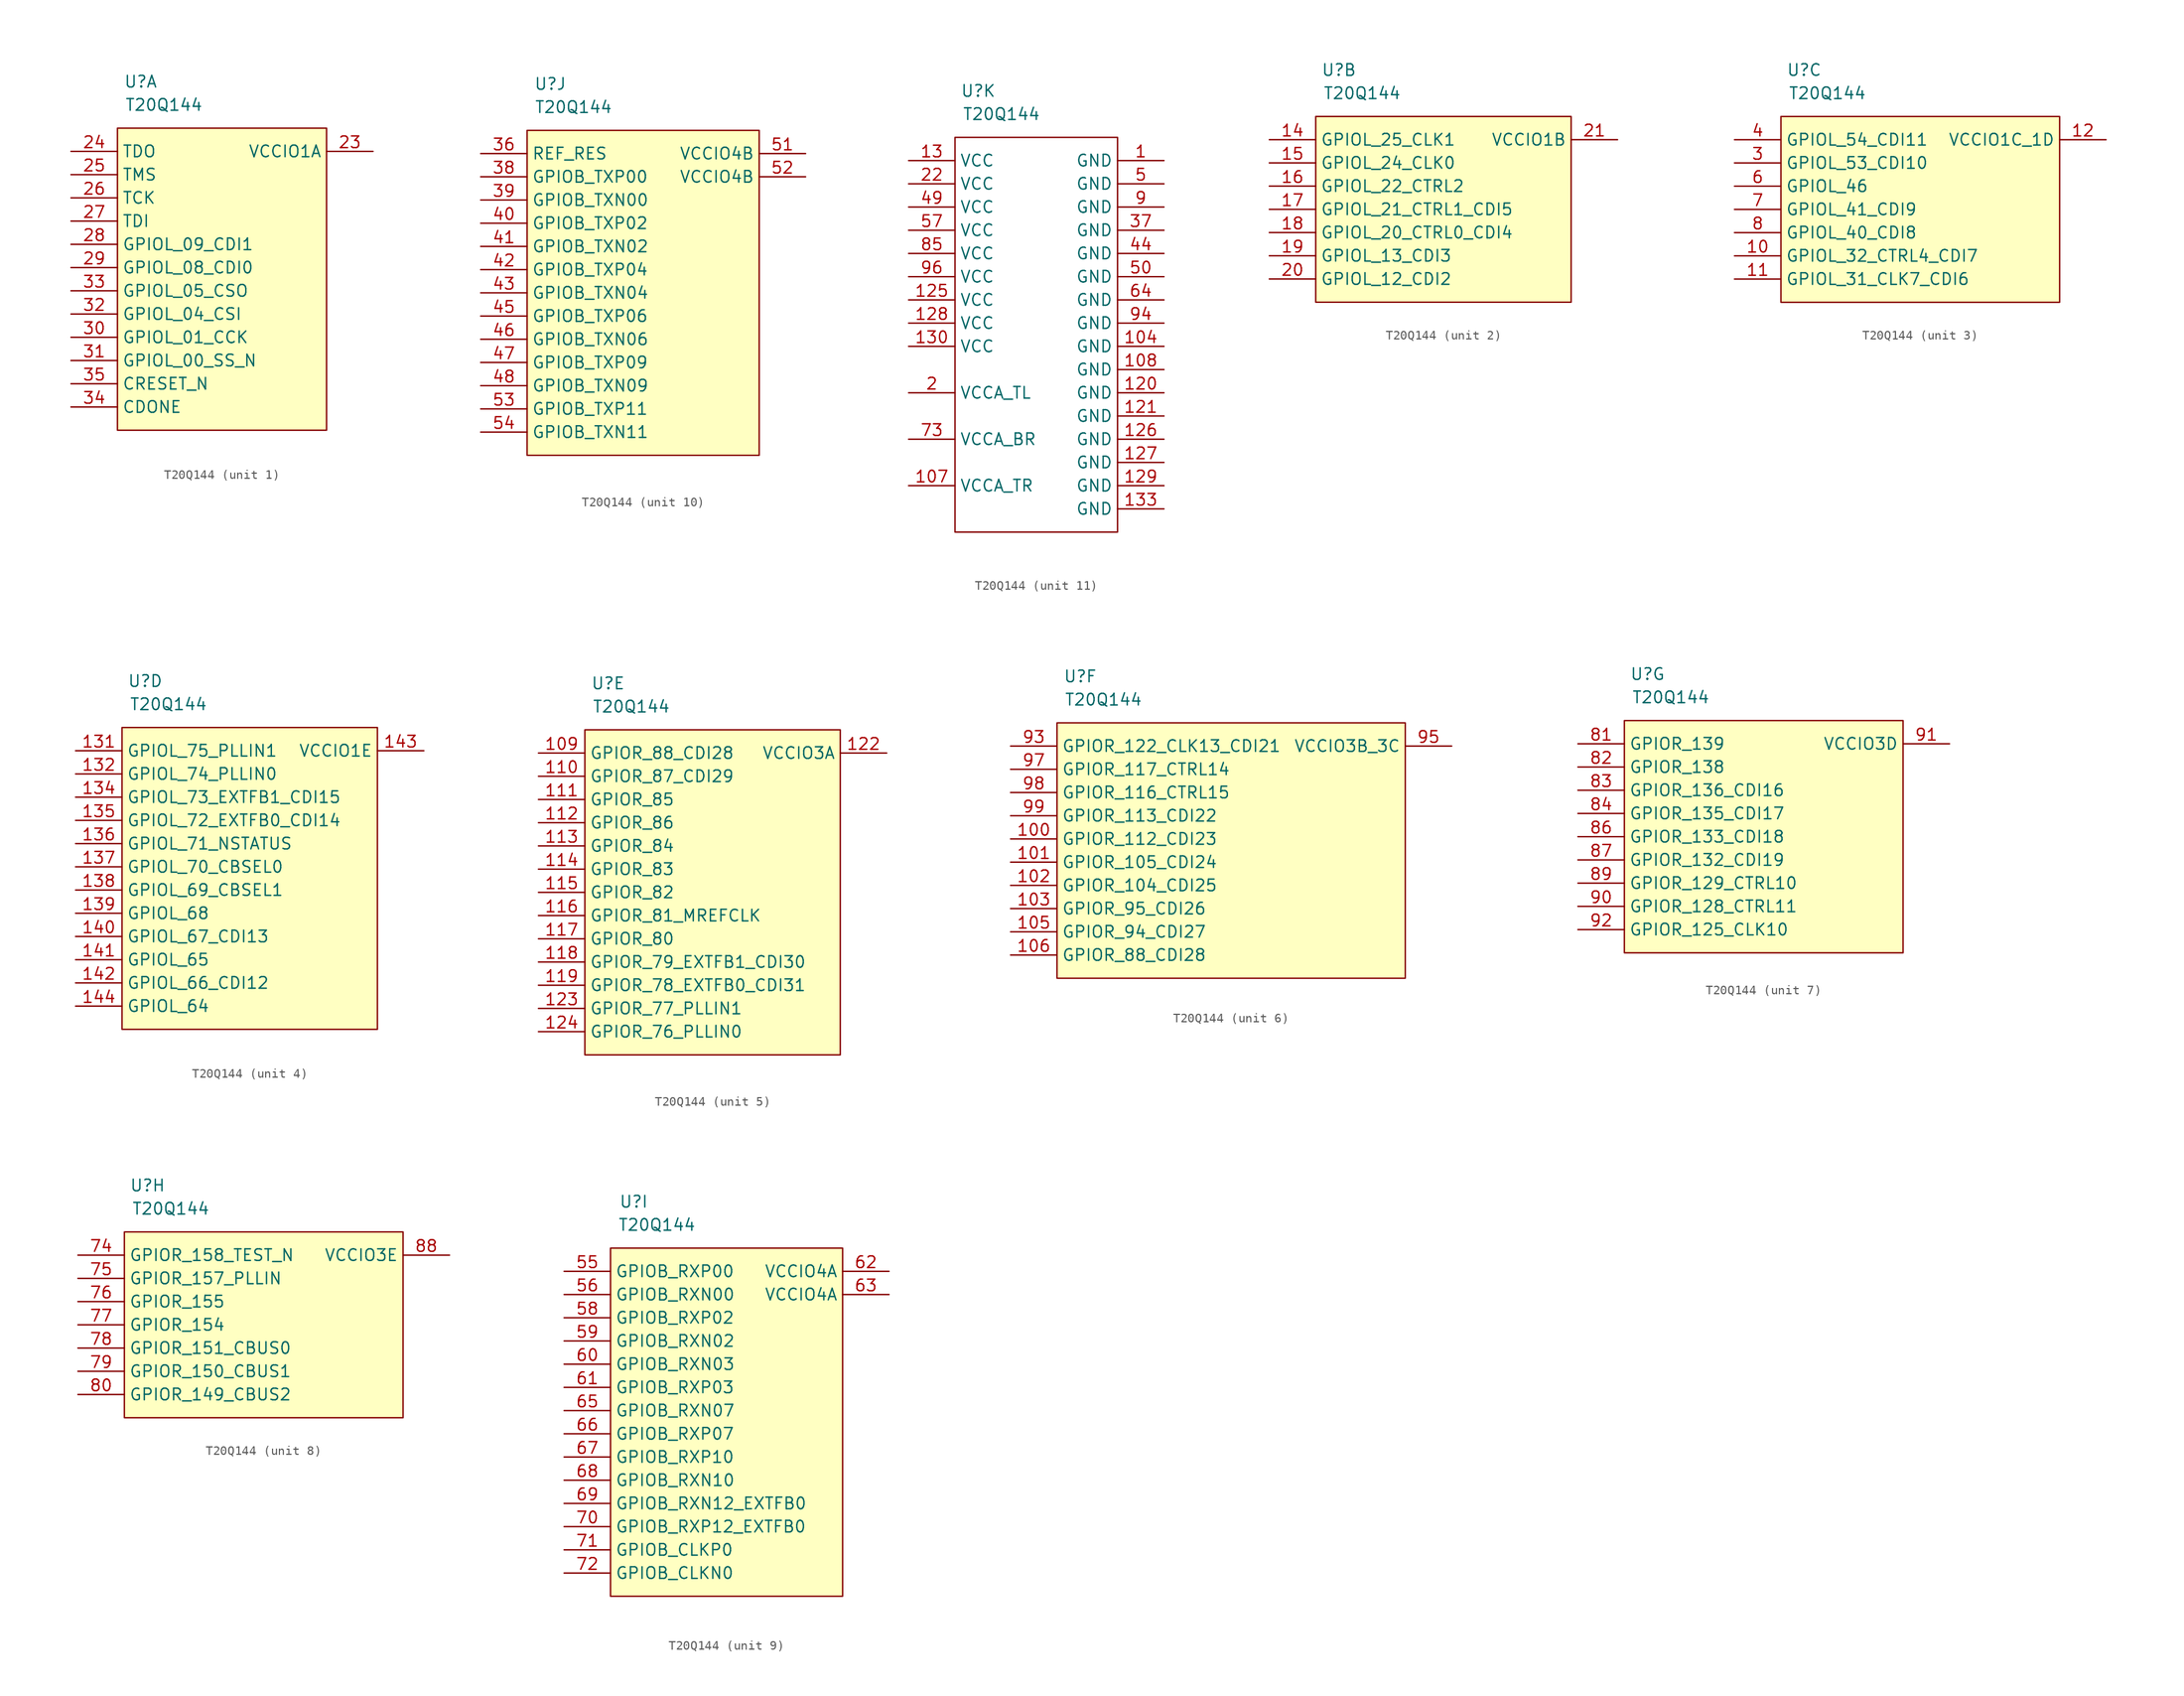
<source format=kicad_sym>
(kicad_symbol_lib
  (version 20211014)
  (generator kicad_symbol_editor)
  (symbol "T20Q144"
    (property "Reference" "U"
      (at 2.54 5.08 0)
      (effects (font (size 1.27 1.27))))
    (property "Value" "T20Q144"
      (at 5.08 2.54 0)
      (effects (font (size 1.27 1.27))))
    (property "ki_locked" ""
      (at 0 0 0)
      (effects (font (size 1.27 1.27))))
    (symbol "T20Q144_1_1"
      (rectangle (start 0 0) (end 22.86 -33.02) (stroke (width 0) (type default) (color 0 0 0 0)) (fill (type background)))
      (pin power_in line (at 27.94 -2.54 180) (length 5.08) (name "VCCIO1A" (effects (font (size 1.27 1.27)))) (number "23" (effects (font (size 1.27 1.27)))))
      (pin output line (at -5.08 -2.54 0) (length 5.08) (name "TDO" (effects (font (size 1.27 1.27)))) (number "24" (effects (font (size 1.27 1.27)))))
      (pin input line (at -5.08 -5.08 0) (length 5.08) (name "TMS" (effects (font (size 1.27 1.27)))) (number "25" (effects (font (size 1.27 1.27)))))
      (pin input line (at -5.08 -7.62 0) (length 5.08) (name "TCK" (effects (font (size 1.27 1.27)))) (number "26" (effects (font (size 1.27 1.27)))))
      (pin input line (at -5.08 -10.16 0) (length 5.08) (name "TDI" (effects (font (size 1.27 1.27)))) (number "27" (effects (font (size 1.27 1.27)))))
      (pin bidirectional line (at -5.08 -12.7 0) (length 5.08) (name "GPIOL_09_CDI1" (effects (font (size 1.27 1.27)))) (number "28" (effects (font (size 1.27 1.27)))))
      (pin bidirectional line (at -5.08 -15.24 0) (length 5.08) (name "GPIOL_08_CDI0" (effects (font (size 1.27 1.27)))) (number "29" (effects (font (size 1.27 1.27)))))
      (pin bidirectional line (at -5.08 -22.86 0) (length 5.08) (name "GPIOL_01_CCK" (effects (font (size 1.27 1.27)))) (number "30" (effects (font (size 1.27 1.27)))))
      (pin bidirectional line (at -5.08 -25.4 0) (length 5.08) (name "GPIOL_00_SS_N" (effects (font (size 1.27 1.27)))) (number "31" (effects (font (size 1.27 1.27)))))
      (pin bidirectional line (at -5.08 -20.32 0) (length 5.08) (name "GPIOL_04_CSI" (effects (font (size 1.27 1.27)))) (number "32" (effects (font (size 1.27 1.27)))))
      (pin bidirectional line (at -5.08 -17.78 0) (length 5.08) (name "GPIOL_05_CSO" (effects (font (size 1.27 1.27)))) (number "33" (effects (font (size 1.27 1.27)))))
      (pin output line (at -5.08 -30.48 0) (length 5.08) (name "CDONE" (effects (font (size 1.27 1.27)))) (number "34" (effects (font (size 1.27 1.27)))))
      (pin bidirectional line (at -5.08 -27.94 0) (length 5.08) (name "CRESET_N" (effects (font (size 1.27 1.27)))) (number "35" (effects (font (size 1.27 1.27))))))
    (symbol "T20Q144_2_1"
      (rectangle (start 0 0) (end 27.94 -20.32) (stroke (width 0) (type default) (color 0 0 0 0)) (fill (type background)))
      (pin bidirectional line (at -5.08 -2.54 0) (length 5.08) (name "GPIOL_25_CLK1" (effects (font (size 1.27 1.27)))) (number "14" (effects (font (size 1.27 1.27)))))
      (pin bidirectional line (at -5.08 -5.08 0) (length 5.08) (name "GPIOL_24_CLK0" (effects (font (size 1.27 1.27)))) (number "15" (effects (font (size 1.27 1.27)))))
      (pin bidirectional line (at -5.08 -7.62 0) (length 5.08) (name "GPIOL_22_CTRL2" (effects (font (size 1.27 1.27)))) (number "16" (effects (font (size 1.27 1.27)))))
      (pin bidirectional line (at -5.08 -10.16 0) (length 5.08) (name "GPIOL_21_CTRL1_CDI5" (effects (font (size 1.27 1.27)))) (number "17" (effects (font (size 1.27 1.27)))))
      (pin bidirectional line (at -5.08 -12.7 0) (length 5.08) (name "GPIOL_20_CTRL0_CDI4" (effects (font (size 1.27 1.27)))) (number "18" (effects (font (size 1.27 1.27)))))
      (pin bidirectional line (at -5.08 -15.24 0) (length 5.08) (name "GPIOL_13_CDI3" (effects (font (size 1.27 1.27)))) (number "19" (effects (font (size 1.27 1.27)))))
      (pin input line (at -5.08 -17.78 0) (length 5.08) (name "GPIOL_12_CDI2" (effects (font (size 1.27 1.27)))) (number "20" (effects (font (size 1.27 1.27)))))
      (pin power_in line (at 33.02 -2.54 180) (length 5.08) (name "VCCIO1B" (effects (font (size 1.27 1.27)))) (number "21" (effects (font (size 1.27 1.27))))))
    (symbol "T20Q144_3_1"
      (rectangle (start 0 0) (end 30.48 -20.32) (stroke (width 0) (type default) (color 0 0 0 0)) (fill (type background)))
      (pin bidirectional line (at -5.08 -15.24 0) (length 5.08) (name "GPIOL_32_CTRL4_CDI7" (effects (font (size 1.27 1.27)))) (number "10" (effects (font (size 1.27 1.27)))))
      (pin bidirectional line (at -5.08 -17.78 0) (length 5.08) (name "GPIOL_31_CLK7_CDI6" (effects (font (size 1.27 1.27)))) (number "11" (effects (font (size 1.27 1.27)))))
      (pin power_in line (at 35.56 -2.54 180) (length 5.08) (name "VCCIO1C_1D" (effects (font (size 1.27 1.27)))) (number "12" (effects (font (size 1.27 1.27)))))
      (pin bidirectional line (at -5.08 -5.08 0) (length 5.08) (name "GPIOL_53_CDI10" (effects (font (size 1.27 1.27)))) (number "3" (effects (font (size 1.27 1.27)))))
      (pin bidirectional line (at -5.08 -2.54 0) (length 5.08) (name "GPIOL_54_CDI11" (effects (font (size 1.27 1.27)))) (number "4" (effects (font (size 1.27 1.27)))))
      (pin bidirectional line (at -5.08 -7.62 0) (length 5.08) (name "GPIOL_46" (effects (font (size 1.27 1.27)))) (number "6" (effects (font (size 1.27 1.27)))))
      (pin bidirectional line (at -5.08 -10.16 0) (length 5.08) (name "GPIOL_41_CDI9" (effects (font (size 1.27 1.27)))) (number "7" (effects (font (size 1.27 1.27)))))
      (pin bidirectional line (at -5.08 -12.7 0) (length 5.08) (name "GPIOL_40_CDI8" (effects (font (size 1.27 1.27)))) (number "8" (effects (font (size 1.27 1.27))))))
    (symbol "T20Q144_4_1"
      (rectangle (start 0 0) (end 27.94 -33.02) (stroke (width 0) (type default) (color 0 0 0 0)) (fill (type background)))
      (rectangle (start 27.94 -2.54) (end 27.94 -2.54) (stroke (width 0) (type default) (color 0 0 0 0)) (fill (type none)))
      (pin bidirectional line (at -5.08 -2.54 0) (length 5.08) (name "GPIOL_75_PLLIN1" (effects (font (size 1.27 1.27)))) (number "131" (effects (font (size 1.27 1.27)))))
      (pin bidirectional line (at -5.08 -5.08 0) (length 5.08) (name "GPIOL_74_PLLIN0" (effects (font (size 1.27 1.27)))) (number "132" (effects (font (size 1.27 1.27)))))
      (pin bidirectional line (at -5.08 -7.62 0) (length 5.08) (name "GPIOL_73_EXTFB1_CDI15" (effects (font (size 1.27 1.27)))) (number "134" (effects (font (size 1.27 1.27)))))
      (pin bidirectional line (at -5.08 -10.16 0) (length 5.08) (name "GPIOL_72_EXTFB0_CDI14" (effects (font (size 1.27 1.27)))) (number "135" (effects (font (size 1.27 1.27)))))
      (pin bidirectional line (at -5.08 -12.7 0) (length 5.08) (name "GPIOL_71_NSTATUS" (effects (font (size 1.27 1.27)))) (number "136" (effects (font (size 1.27 1.27)))))
      (pin bidirectional line (at -5.08 -15.24 0) (length 5.08) (name "GPIOL_70_CBSEL0" (effects (font (size 1.27 1.27)))) (number "137" (effects (font (size 1.27 1.27)))))
      (pin bidirectional line (at -5.08 -17.78 0) (length 5.08) (name "GPIOL_69_CBSEL1" (effects (font (size 1.27 1.27)))) (number "138" (effects (font (size 1.27 1.27)))))
      (pin bidirectional line (at -5.08 -20.32 0) (length 5.08) (name "GPIOL_68" (effects (font (size 1.27 1.27)))) (number "139" (effects (font (size 1.27 1.27)))))
      (pin bidirectional line (at -5.08 -22.86 0) (length 5.08) (name "GPIOL_67_CDI13" (effects (font (size 1.27 1.27)))) (number "140" (effects (font (size 1.27 1.27)))))
      (pin bidirectional line (at -5.08 -25.4 0) (length 5.08) (name "GPIOL_65" (effects (font (size 1.27 1.27)))) (number "141" (effects (font (size 1.27 1.27)))))
      (pin bidirectional line (at -5.08 -27.94 0) (length 5.08) (name "GPIOL_66_CDI12" (effects (font (size 1.27 1.27)))) (number "142" (effects (font (size 1.27 1.27)))))
      (pin power_in line (at 33.02 -2.54 180) (length 5.08) (name "VCCIO1E" (effects (font (size 1.27 1.27)))) (number "143" (effects (font (size 1.27 1.27)))))
      (pin power_in line (at -5.08 -30.48 0) (length 5.08) (name "GPIOL_64" (effects (font (size 1.27 1.27)))) (number "144" (effects (font (size 1.27 1.27))))))
    (symbol "T20Q144_5_1"
      (rectangle (start 0 0) (end 27.94 -35.56) (stroke (width 0) (type default) (color 0 0 0 0)) (fill (type background)))
      (pin bidirectional line (at -5.08 -2.54 0) (length 5.08) (name "GPIOR_88_CDI28" (effects (font (size 1.27 1.27)))) (number "109" (effects (font (size 1.27 1.27)))))
      (pin bidirectional line (at -5.08 -5.08 0) (length 5.08) (name "GPIOR_87_CDI29" (effects (font (size 1.27 1.27)))) (number "110" (effects (font (size 1.27 1.27)))))
      (pin bidirectional line (at -5.08 -7.62 0) (length 5.08) (name "GPIOR_85" (effects (font (size 1.27 1.27)))) (number "111" (effects (font (size 1.27 1.27)))))
      (pin bidirectional line (at -5.08 -10.16 0) (length 5.08) (name "GPIOR_86" (effects (font (size 1.27 1.27)))) (number "112" (effects (font (size 1.27 1.27)))))
      (pin bidirectional line (at -5.08 -12.7 0) (length 5.08) (name "GPIOR_84" (effects (font (size 1.27 1.27)))) (number "113" (effects (font (size 1.27 1.27)))))
      (pin bidirectional line (at -5.08 -15.24 0) (length 5.08) (name "GPIOR_83" (effects (font (size 1.27 1.27)))) (number "114" (effects (font (size 1.27 1.27)))))
      (pin bidirectional line (at -5.08 -17.78 0) (length 5.08) (name "GPIOR_82" (effects (font (size 1.27 1.27)))) (number "115" (effects (font (size 1.27 1.27)))))
      (pin bidirectional line (at -5.08 -20.32 0) (length 5.08) (name "GPIOR_81_MREFCLK" (effects (font (size 1.27 1.27)))) (number "116" (effects (font (size 1.27 1.27)))))
      (pin bidirectional line (at -5.08 -22.86 0) (length 5.08) (name "GPIOR_80" (effects (font (size 1.27 1.27)))) (number "117" (effects (font (size 1.27 1.27)))))
      (pin bidirectional line (at -5.08 -25.4 0) (length 5.08) (name "GPIOR_79_EXTFB1_CDI30" (effects (font (size 1.27 1.27)))) (number "118" (effects (font (size 1.27 1.27)))))
      (pin bidirectional line (at -5.08 -27.94 0) (length 5.08) (name "GPIOR_78_EXTFB0_CDI31" (effects (font (size 1.27 1.27)))) (number "119" (effects (font (size 1.27 1.27)))))
      (pin power_in line (at 33.02 -2.54 180) (length 5.08) (name "VCCIO3A" (effects (font (size 1.27 1.27)))) (number "122" (effects (font (size 1.27 1.27)))))
      (pin bidirectional line (at -5.08 -30.48 0) (length 5.08) (name "GPIOR_77_PLLIN1" (effects (font (size 1.27 1.27)))) (number "123" (effects (font (size 1.27 1.27)))))
      (pin bidirectional line (at -5.08 -33.02 0) (length 5.08) (name "GPIOR_76_PLLIN0" (effects (font (size 1.27 1.27)))) (number "124" (effects (font (size 1.27 1.27))))))
    (symbol "T20Q144_6_1"
      (rectangle (start 0 0) (end 38.1 -27.94) (stroke (width 0) (type default) (color 0 0 0 0)) (fill (type background)))
      (pin bidirectional line (at -5.08 -12.7 0) (length 5.08) (name "GPIOR_112_CDI23" (effects (font (size 1.27 1.27)))) (number "100" (effects (font (size 1.27 1.27)))))
      (pin bidirectional line (at -5.08 -15.24 0) (length 5.08) (name "GPIOR_105_CDI24" (effects (font (size 1.27 1.27)))) (number "101" (effects (font (size 1.27 1.27)))))
      (pin bidirectional line (at -5.08 -17.78 0) (length 5.08) (name "GPIOR_104_CDI25" (effects (font (size 1.27 1.27)))) (number "102" (effects (font (size 1.27 1.27)))))
      (pin bidirectional line (at -5.08 -20.32 0) (length 5.08) (name "GPIOR_95_CDI26" (effects (font (size 1.27 1.27)))) (number "103" (effects (font (size 1.27 1.27)))))
      (pin bidirectional line (at -5.08 -22.86 0) (length 5.08) (name "GPIOR_94_CDI27" (effects (font (size 1.27 1.27)))) (number "105" (effects (font (size 1.27 1.27)))))
      (pin bidirectional line (at -5.08 -25.4 0) (length 5.08) (name "GPIOR_88_CDI28" (effects (font (size 1.27 1.27)))) (number "106" (effects (font (size 1.27 1.27)))))
      (pin bidirectional line (at -5.08 -2.54 0) (length 5.08) (name "GPIOR_122_CLK13_CDI21" (effects (font (size 1.27 1.27)))) (number "93" (effects (font (size 1.27 1.27)))))
      (pin power_in line (at 43.18 -2.54 180) (length 5.08) (name "VCCIO3B_3C" (effects (font (size 1.27 1.27)))) (number "95" (effects (font (size 1.27 1.27)))))
      (pin bidirectional line (at -5.08 -5.08 0) (length 5.08) (name "GPIOR_117_CTRL14" (effects (font (size 1.27 1.27)))) (number "97" (effects (font (size 1.27 1.27)))))
      (pin bidirectional line (at -5.08 -7.62 0) (length 5.08) (name "GPIOR_116_CTRL15" (effects (font (size 1.27 1.27)))) (number "98" (effects (font (size 1.27 1.27)))))
      (pin bidirectional line (at -5.08 -10.16 0) (length 5.08) (name "GPIOR_113_CDI22" (effects (font (size 1.27 1.27)))) (number "99" (effects (font (size 1.27 1.27))))))
    (symbol "T20Q144_7_1"
      (rectangle (start 0 0) (end 30.48 -25.4) (stroke (width 0) (type default) (color 0 0 0 0)) (fill (type background)))
      (pin bidirectional line (at -5.08 -2.54 0) (length 5.08) (name "GPIOR_139" (effects (font (size 1.27 1.27)))) (number "81" (effects (font (size 1.27 1.27)))))
      (pin bidirectional line (at -5.08 -5.08 0) (length 5.08) (name "GPIOR_138" (effects (font (size 1.27 1.27)))) (number "82" (effects (font (size 1.27 1.27)))))
      (pin bidirectional line (at -5.08 -7.62 0) (length 5.08) (name "GPIOR_136_CDI16" (effects (font (size 1.27 1.27)))) (number "83" (effects (font (size 1.27 1.27)))))
      (pin bidirectional line (at -5.08 -10.16 0) (length 5.08) (name "GPIOR_135_CDI17" (effects (font (size 1.27 1.27)))) (number "84" (effects (font (size 1.27 1.27)))))
      (pin bidirectional line (at -5.08 -12.7 0) (length 5.08) (name "GPIOR_133_CDI18" (effects (font (size 1.27 1.27)))) (number "86" (effects (font (size 1.27 1.27)))))
      (pin bidirectional line (at -5.08 -15.24 0) (length 5.08) (name "GPIOR_132_CDI19" (effects (font (size 1.27 1.27)))) (number "87" (effects (font (size 1.27 1.27)))))
      (pin bidirectional line (at -5.08 -17.78 0) (length 5.08) (name "GPIOR_129_CTRL10" (effects (font (size 1.27 1.27)))) (number "89" (effects (font (size 1.27 1.27)))))
      (pin bidirectional line (at -5.08 -20.32 0) (length 5.08) (name "GPIOR_128_CTRL11" (effects (font (size 1.27 1.27)))) (number "90" (effects (font (size 1.27 1.27)))))
      (pin power_in line (at 35.56 -2.54 180) (length 5.08) (name "VCCIO3D" (effects (font (size 1.27 1.27)))) (number "91" (effects (font (size 1.27 1.27)))))
      (pin bidirectional line (at -5.08 -22.86 0) (length 5.08) (name "GPIOR_125_CLK10" (effects (font (size 1.27 1.27)))) (number "92" (effects (font (size 1.27 1.27))))))
    (symbol "T20Q144_8_1"
      (rectangle (start 0 0) (end 30.48 -20.32) (stroke (width 0) (type default) (color 0 0 0 0)) (fill (type background)))
      (pin bidirectional line (at -5.08 -2.54 0) (length 5.08) (name "GPIOR_158_TEST_N" (effects (font (size 1.27 1.27)))) (number "74" (effects (font (size 1.27 1.27)))))
      (pin bidirectional line (at -5.08 -5.08 0) (length 5.08) (name "GPIOR_157_PLLIN" (effects (font (size 1.27 1.27)))) (number "75" (effects (font (size 1.27 1.27)))))
      (pin bidirectional line (at -5.08 -7.62 0) (length 5.08) (name "GPIOR_155" (effects (font (size 1.27 1.27)))) (number "76" (effects (font (size 1.27 1.27)))))
      (pin bidirectional line (at -5.08 -10.16 0) (length 5.08) (name "GPIOR_154" (effects (font (size 1.27 1.27)))) (number "77" (effects (font (size 1.27 1.27)))))
      (pin bidirectional line (at -5.08 -12.7 0) (length 5.08) (name "GPIOR_151_CBUS0" (effects (font (size 1.27 1.27)))) (number "78" (effects (font (size 1.27 1.27)))))
      (pin bidirectional line (at -5.08 -15.24 0) (length 5.08) (name "GPIOR_150_CBUS1" (effects (font (size 1.27 1.27)))) (number "79" (effects (font (size 1.27 1.27)))))
      (pin bidirectional line (at -5.08 -17.78 0) (length 5.08) (name "GPIOR_149_CBUS2" (effects (font (size 1.27 1.27)))) (number "80" (effects (font (size 1.27 1.27)))))
      (pin power_in line (at 35.56 -2.54 180) (length 5.08) (name "VCCIO3E" (effects (font (size 1.27 1.27)))) (number "88" (effects (font (size 1.27 1.27))))))
    (symbol "T20Q144_9_1"
      (rectangle (start 0 0) (end 25.4 -38.1) (stroke (width 0) (type default) (color 0 0 0 0)) (fill (type background)))
      (pin bidirectional line (at -5.08 -2.54 0) (length 5.08) (name "GPIOB_RXP00" (effects (font (size 1.27 1.27)))) (number "55" (effects (font (size 1.27 1.27)))))
      (pin bidirectional line (at -5.08 -5.08 0) (length 5.08) (name "GPIOB_RXN00" (effects (font (size 1.27 1.27)))) (number "56" (effects (font (size 1.27 1.27)))))
      (pin bidirectional line (at -5.08 -7.62 0) (length 5.08) (name "GPIOB_RXP02" (effects (font (size 1.27 1.27)))) (number "58" (effects (font (size 1.27 1.27)))))
      (pin bidirectional line (at -5.08 -10.16 0) (length 5.08) (name "GPIOB_RXN02" (effects (font (size 1.27 1.27)))) (number "59" (effects (font (size 1.27 1.27)))))
      (pin bidirectional line (at -5.08 -12.7 0) (length 5.08) (name "GPIOB_RXN03" (effects (font (size 1.27 1.27)))) (number "60" (effects (font (size 1.27 1.27)))))
      (pin bidirectional line (at -5.08 -15.24 0) (length 5.08) (name "GPIOB_RXP03" (effects (font (size 1.27 1.27)))) (number "61" (effects (font (size 1.27 1.27)))))
      (pin power_in line (at 30.48 -2.54 180) (length 5.08) (name "VCCIO4A" (effects (font (size 1.27 1.27)))) (number "62" (effects (font (size 1.27 1.27)))))
      (pin power_in line (at 30.48 -5.08 180) (length 5.08) (name "VCCIO4A" (effects (font (size 1.27 1.27)))) (number "63" (effects (font (size 1.27 1.27)))))
      (pin bidirectional line (at -5.08 -17.78 0) (length 5.08) (name "GPIOB_RXN07" (effects (font (size 1.27 1.27)))) (number "65" (effects (font (size 1.27 1.27)))))
      (pin bidirectional line (at -5.08 -20.32 0) (length 5.08) (name "GPIOB_RXP07" (effects (font (size 1.27 1.27)))) (number "66" (effects (font (size 1.27 1.27)))))
      (pin bidirectional line (at -5.08 -22.86 0) (length 5.08) (name "GPIOB_RXP10" (effects (font (size 1.27 1.27)))) (number "67" (effects (font (size 1.27 1.27)))))
      (pin bidirectional line (at -5.08 -25.4 0) (length 5.08) (name "GPIOB_RXN10" (effects (font (size 1.27 1.27)))) (number "68" (effects (font (size 1.27 1.27)))))
      (pin bidirectional line (at -5.08 -27.94 0) (length 5.08) (name "GPIOB_RXN12_EXTFB0" (effects (font (size 1.27 1.27)))) (number "69" (effects (font (size 1.27 1.27)))))
      (pin bidirectional line (at -5.08 -30.48 0) (length 5.08) (name "GPIOB_RXP12_EXTFB0" (effects (font (size 1.27 1.27)))) (number "70" (effects (font (size 1.27 1.27)))))
      (pin bidirectional line (at -5.08 -33.02 0) (length 5.08) (name "GPIOB_CLKP0" (effects (font (size 1.27 1.27)))) (number "71" (effects (font (size 1.27 1.27)))))
      (pin bidirectional line (at -5.08 -35.56 0) (length 5.08) (name "GPIOB_CLKN0" (effects (font (size 1.27 1.27)))) (number "72" (effects (font (size 1.27 1.27))))))
    (symbol "T20Q144_10_1"
      (rectangle (start 0 0) (end 25.4 -35.56) (stroke (width 0) (type default) (color 0 0 0 0)) (fill (type background)))
      (pin passive line (at -5.08 -2.54 0) (length 5.08) (name "REF_RES" (effects (font (size 1.27 1.27)))) (number "36" (effects (font (size 1.27 1.27)))))
      (pin bidirectional line (at -5.08 -5.08 0) (length 5.08) (name "GPIOB_TXP00" (effects (font (size 1.27 1.27)))) (number "38" (effects (font (size 1.27 1.27)))))
      (pin bidirectional line (at -5.08 -7.62 0) (length 5.08) (name "GPIOB_TXN00" (effects (font (size 1.27 1.27)))) (number "39" (effects (font (size 1.27 1.27)))))
      (pin bidirectional line (at -5.08 -10.16 0) (length 5.08) (name "GPIOB_TXP02" (effects (font (size 1.27 1.27)))) (number "40" (effects (font (size 1.27 1.27)))))
      (pin bidirectional line (at -5.08 -12.7 0) (length 5.08) (name "GPIOB_TXN02" (effects (font (size 1.27 1.27)))) (number "41" (effects (font (size 1.27 1.27)))))
      (pin bidirectional line (at -5.08 -15.24 0) (length 5.08) (name "GPIOB_TXP04" (effects (font (size 1.27 1.27)))) (number "42" (effects (font (size 1.27 1.27)))))
      (pin bidirectional line (at -5.08 -17.78 0) (length 5.08) (name "GPIOB_TXN04" (effects (font (size 1.27 1.27)))) (number "43" (effects (font (size 1.27 1.27)))))
      (pin bidirectional line (at -5.08 -20.32 0) (length 5.08) (name "GPIOB_TXP06" (effects (font (size 1.27 1.27)))) (number "45" (effects (font (size 1.27 1.27)))))
      (pin bidirectional line (at -5.08 -22.86 0) (length 5.08) (name "GPIOB_TXN06" (effects (font (size 1.27 1.27)))) (number "46" (effects (font (size 1.27 1.27)))))
      (pin bidirectional line (at -5.08 -25.4 0) (length 5.08) (name "GPIOB_TXP09" (effects (font (size 1.27 1.27)))) (number "47" (effects (font (size 1.27 1.27)))))
      (pin bidirectional line (at -5.08 -27.94 0) (length 5.08) (name "GPIOB_TXN09" (effects (font (size 1.27 1.27)))) (number "48" (effects (font (size 1.27 1.27)))))
      (pin power_in line (at 30.48 -2.54 180) (length 5.08) (name "VCCIO4B" (effects (font (size 1.27 1.27)))) (number "51" (effects (font (size 1.27 1.27)))))
      (pin power_in line (at 30.48 -5.08 180) (length 5.08) (name "VCCIO4B" (effects (font (size 1.27 1.27)))) (number "52" (effects (font (size 1.27 1.27)))))
      (pin bidirectional line (at -5.08 -30.48 0) (length 5.08) (name "GPIOB_TXP11" (effects (font (size 1.27 1.27)))) (number "53" (effects (font (size 1.27 1.27)))))
      (pin bidirectional line (at -5.08 -33.02 0) (length 5.08) (name "GPIOB_TXN11" (effects (font (size 1.27 1.27)))) (number "54" (effects (font (size 1.27 1.27))))))
    (symbol "T20Q144_11_1"
      (rectangle (start 0 0) (end 17.78 -43.18) (stroke (width 0) (type default) (color 0 0 0 0)) (fill (type none)))
      (pin power_in line (at 22.86 -2.54 180) (length 5.08) (name "GND" (effects (font (size 1.27 1.27)))) (number "1" (effects (font (size 1.27 1.27)))))
      (pin power_in line (at 22.86 -22.86 180) (length 5.08) (name "GND" (effects (font (size 1.27 1.27)))) (number "104" (effects (font (size 1.27 1.27)))))
      (pin power_in line (at -5.08 -38.1 0) (length 5.08) (name "VCCA_TR" (effects (font (size 1.27 1.27)))) (number "107" (effects (font (size 1.27 1.27)))))
      (pin power_in line (at 22.86 -25.4 180) (length 5.08) (name "GND" (effects (font (size 1.27 1.27)))) (number "108" (effects (font (size 1.27 1.27)))))
      (pin power_in line (at 22.86 -27.94 180) (length 5.08) (name "GND" (effects (font (size 1.27 1.27)))) (number "120" (effects (font (size 1.27 1.27)))))
      (pin power_in line (at 22.86 -30.48 180) (length 5.08) (name "GND" (effects (font (size 1.27 1.27)))) (number "121" (effects (font (size 1.27 1.27)))))
      (pin power_in line (at -5.08 -17.78 0) (length 5.08) (name "VCC" (effects (font (size 1.27 1.27)))) (number "125" (effects (font (size 1.27 1.27)))))
      (pin power_in line (at 22.86 -33.02 180) (length 5.08) (name "GND" (effects (font (size 1.27 1.27)))) (number "126" (effects (font (size 1.27 1.27)))))
      (pin power_in line (at 22.86 -35.56 180) (length 5.08) (name "GND" (effects (font (size 1.27 1.27)))) (number "127" (effects (font (size 1.27 1.27)))))
      (pin power_in line (at -5.08 -20.32 0) (length 5.08) (name "VCC" (effects (font (size 1.27 1.27)))) (number "128" (effects (font (size 1.27 1.27)))))
      (pin power_in line (at 22.86 -38.1 180) (length 5.08) (name "GND" (effects (font (size 1.27 1.27)))) (number "129" (effects (font (size 1.27 1.27)))))
      (pin power_in line (at -5.08 -2.54 0) (length 5.08) (name "VCC" (effects (font (size 1.27 1.27)))) (number "13" (effects (font (size 1.27 1.27)))))
      (pin power_in line (at -5.08 -22.86 0) (length 5.08) (name "VCC" (effects (font (size 1.27 1.27)))) (number "130" (effects (font (size 1.27 1.27)))))
      (pin power_in line (at 22.86 -40.64 180) (length 5.08) (name "GND" (effects (font (size 1.27 1.27)))) (number "133" (effects (font (size 1.27 1.27)))))
      (pin power_in line (at -5.08 -27.94 0) (length 5.08) (name "VCCA_TL" (effects (font (size 1.27 1.27)))) (number "2" (effects (font (size 1.27 1.27)))))
      (pin power_in line (at -5.08 -5.08 0) (length 5.08) (name "VCC" (effects (font (size 1.27 1.27)))) (number "22" (effects (font (size 1.27 1.27)))))
      (pin power_in line (at 22.86 -10.16 180) (length 5.08) (name "GND" (effects (font (size 1.27 1.27)))) (number "37" (effects (font (size 1.27 1.27)))))
      (pin power_in line (at 22.86 -12.7 180) (length 5.08) (name "GND" (effects (font (size 1.27 1.27)))) (number "44" (effects (font (size 1.27 1.27)))))
      (pin power_in line (at -5.08 -7.62 0) (length 5.08) (name "VCC" (effects (font (size 1.27 1.27)))) (number "49" (effects (font (size 1.27 1.27)))))
      (pin power_in line (at 22.86 -5.08 180) (length 5.08) (name "GND" (effects (font (size 1.27 1.27)))) (number "5" (effects (font (size 1.27 1.27)))))
      (pin power_in line (at 22.86 -15.24 180) (length 5.08) (name "GND" (effects (font (size 1.27 1.27)))) (number "50" (effects (font (size 1.27 1.27)))))
      (pin power_in line (at -5.08 -10.16 0) (length 5.08) (name "VCC" (effects (font (size 1.27 1.27)))) (number "57" (effects (font (size 1.27 1.27)))))
      (pin power_in line (at 22.86 -17.78 180) (length 5.08) (name "GND" (effects (font (size 1.27 1.27)))) (number "64" (effects (font (size 1.27 1.27)))))
      (pin power_in line (at -5.08 -33.02 0) (length 5.08) (name "VCCA_BR" (effects (font (size 1.27 1.27)))) (number "73" (effects (font (size 1.27 1.27)))))
      (pin power_in line (at -5.08 -12.7 0) (length 5.08) (name "VCC" (effects (font (size 1.27 1.27)))) (number "85" (effects (font (size 1.27 1.27)))))
      (pin power_in line (at 22.86 -7.62 180) (length 5.08) (name "GND" (effects (font (size 1.27 1.27)))) (number "9" (effects (font (size 1.27 1.27)))))
      (pin power_in line (at 22.86 -20.32 180) (length 5.08) (name "GND" (effects (font (size 1.27 1.27)))) (number "94" (effects (font (size 1.27 1.27)))))
      (pin power_in line (at -5.08 -15.24 0) (length 5.08) (name "VCC" (effects (font (size 1.27 1.27)))) (number "96" (effects (font (size 1.27 1.27))))))))
</source>
